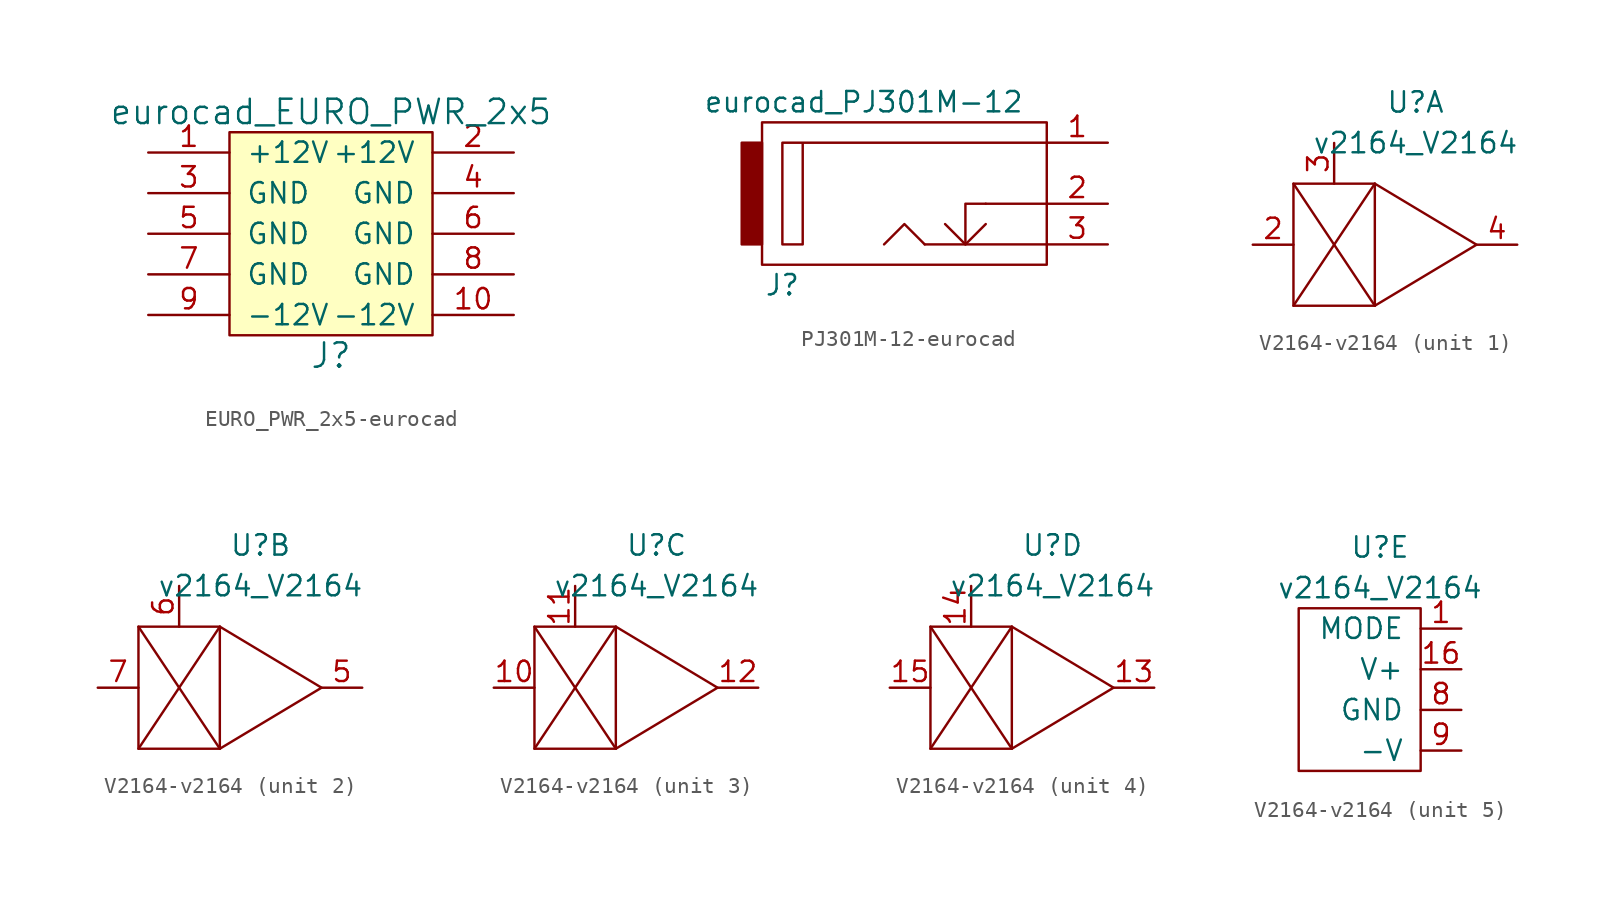
<source format=kicad_sym>
(kicad_symbol_lib
  (version 20220914)
  (generator kicad_symbol_editor)
  (symbol "EURO_PWR_2x5-eurocad"
    (pin_names
      (offset 1.016))
    (property "Reference" "J"
      (at 0 -7.62 0)
      (effects (font (size 1.524 1.524))))
    (property "Value" "eurocad_EURO_PWR_2x5"
      (at 0 7.62 0)
      (effects (font (size 1.524 1.524))))
    (property "Footprint" ""
      (at 0 0 0)
      (effects (font (size 1.524 1.524))))
    (property "Datasheet" ""
      (at 0 0 0)
      (effects (font (size 1.524 1.524))))
    (symbol "EURO_PWR_2x5-eurocad_0_1"
      (rectangle (start -6.35 6.35) (end 6.35 -6.35) (stroke (width 0) (type solid)) (fill (type background))))
    (symbol "EURO_PWR_2x5-eurocad_1_1"
      (pin power_in line (at -11.43 5.08 0) (length 5.08) (name "+12V" (effects (font (size 1.27 1.27)))) (number "1" (effects (font (size 1.27 1.27)))))
      (pin power_in line (at 11.43 -5.08 180) (length 5.08) (name "-12V" (effects (font (size 1.27 1.27)))) (number "10" (effects (font (size 1.27 1.27)))))
      (pin power_in line (at 11.43 5.08 180) (length 5.08) (name "+12V" (effects (font (size 1.27 1.27)))) (number "2" (effects (font (size 1.27 1.27)))))
      (pin power_in line (at -11.43 2.54 0) (length 5.08) (name "GND" (effects (font (size 1.27 1.27)))) (number "3" (effects (font (size 1.27 1.27)))))
      (pin power_in line (at 11.43 2.54 180) (length 5.08) (name "GND" (effects (font (size 1.27 1.27)))) (number "4" (effects (font (size 1.27 1.27)))))
      (pin power_in line (at -11.43 0 0) (length 5.08) (name "GND" (effects (font (size 1.27 1.27)))) (number "5" (effects (font (size 1.27 1.27)))))
      (pin power_in line (at 11.43 0 180) (length 5.08) (name "GND" (effects (font (size 1.27 1.27)))) (number "6" (effects (font (size 1.27 1.27)))))
      (pin power_in line (at -11.43 -2.54 0) (length 5.08) (name "GND" (effects (font (size 1.27 1.27)))) (number "7" (effects (font (size 1.27 1.27)))))
      (pin power_in line (at 11.43 -2.54 180) (length 5.08) (name "GND" (effects (font (size 1.27 1.27)))) (number "8" (effects (font (size 1.27 1.27)))))
      (pin power_in line (at -11.43 -5.08 0) (length 5.08) (name "-12V" (effects (font (size 1.27 1.27)))) (number "9" (effects (font (size 1.27 1.27)))))))
  (symbol "PJ301M-12-eurocad"
    (pin_names
      (offset 1.016))
    (property "Reference" "J"
      (at -8.89 -5.08 0)
      (effects (font (size 1.27 1.27))))
    (property "Value" "eurocad_PJ301M-12"
      (at -3.81 6.35 0)
      (effects (font (size 1.27 1.27))))
    (property "Footprint" ""
      (at 0 0 0)
      (effects (font (size 1.27 1.27))))
    (property "Datasheet" ""
      (at 0 0 0)
      (effects (font (size 1.27 1.27))))
    (symbol "PJ301M-12-eurocad_0_1"
      (rectangle (start -11.43 3.81) (end -10.16 -2.54) (stroke (width 0) (type solid)) (fill (type outline)))
      (polyline (pts (xy 3.81 0) (xy 7.62 0) (xy 7.62 0)) (stroke (width 0) (type solid)) (fill (type none)))
      (polyline (pts (xy 0 -2.54) (xy -1.27 -1.27) (xy -2.54 -2.54) (xy -2.54 -2.54)) (stroke (width 0) (type solid)) (fill (type none)))
      (polyline (pts (xy 0 -2.54) (xy 7.62 -2.54) (xy 7.62 -2.54) (xy 7.62 -2.54)) (stroke (width 0) (type solid)) (fill (type none)))
      (polyline (pts (xy 1.27 -1.27) (xy 2.54 -2.54) (xy 3.81 -1.27) (xy 3.81 -1.27)) (stroke (width 0) (type solid)) (fill (type none)))
      (polyline (pts (xy 3.81 0) (xy 2.54 0) (xy 2.54 -2.54) (xy 2.54 -2.54)) (stroke (width 0) (type solid)) (fill (type none)))
      (polyline (pts (xy 7.62 3.81) (xy -8.89 3.81) (xy -8.89 -2.54) (xy -7.62 -2.54) (xy -7.62 3.81)) (stroke (width 0) (type solid)) (fill (type none)))
      (rectangle (start 7.62 -3.81) (end -10.16 5.08) (stroke (width 0) (type solid)) (fill (type none))))
    (symbol "PJ301M-12-eurocad_1_1"
      (pin passive line (at 11.43 3.81 180) (length 3.81) (name "~" (effects (font (size 1.27 1.27)))) (number "1" (effects (font (size 1.27 1.27)))))
      (pin passive line (at 11.43 0 180) (length 3.81) (name "~" (effects (font (size 1.27 1.27)))) (number "2" (effects (font (size 1.27 1.27)))))
      (pin passive line (at 11.43 -2.54 180) (length 3.81) (name "~" (effects (font (size 1.27 1.27)))) (number "3" (effects (font (size 1.27 1.27)))))))
  (symbol "V2164-v2164"
    (pin_names
      (offset 1.016))
    (property "Reference" "U"
      (at 2.54 8.89 0)
      (effects (font (size 1.27 1.27))))
    (property "Value" "v2164_V2164"
      (at 2.54 6.35 0)
      (effects (font (size 1.27 1.27))))
    (property "ki_locked" ""
      (at 0 0 0)
      (effects (font (size 1.27 1.27))))
    (symbol "V2164-v2164_1_1"
      (rectangle (start -5.08 3.81) (end 0 -3.81) (stroke (width 0) (type solid)) (fill (type none)))
      (polyline (pts (xy -5.08 -3.81) (xy 0 3.81)) (stroke (width 0) (type solid)) (fill (type none)))
      (polyline (pts (xy -5.08 3.81) (xy 0 -3.81)) (stroke (width 0) (type solid)) (fill (type none)))
      (polyline (pts (xy 0 -3.81) (xy 6.35 0) (xy 0 3.81)) (stroke (width 0) (type solid)) (fill (type none)))
      (pin input line (at -7.62 0 0) (length 2.54) (name "~" (effects (font (size 1.27 1.27)))) (number "2" (effects (font (size 1.27 1.27)))))
      (pin input line (at -2.54 6.35 270) (length 2.54) (name "~" (effects (font (size 1.27 1.27)))) (number "3" (effects (font (size 1.27 1.27)))))
      (pin output line (at 8.89 0 180) (length 2.54) (name "~" (effects (font (size 1.27 1.27)))) (number "4" (effects (font (size 1.27 1.27))))))
    (symbol "V2164-v2164_2_1"
      (rectangle (start -5.08 3.81) (end 0 -3.81) (stroke (width 0) (type solid)) (fill (type none)))
      (polyline (pts (xy -5.08 -3.81) (xy 0 3.81)) (stroke (width 0) (type solid)) (fill (type none)))
      (polyline (pts (xy -5.08 3.81) (xy 0 -3.81)) (stroke (width 0) (type solid)) (fill (type none)))
      (polyline (pts (xy 0 -3.81) (xy 6.35 0) (xy 0 3.81)) (stroke (width 0) (type solid)) (fill (type none)))
      (pin output line (at 8.89 0 180) (length 2.54) (name "~" (effects (font (size 1.27 1.27)))) (number "5" (effects (font (size 1.27 1.27)))))
      (pin input line (at -2.54 6.35 270) (length 2.54) (name "~" (effects (font (size 1.27 1.27)))) (number "6" (effects (font (size 1.27 1.27)))))
      (pin input line (at -7.62 0 0) (length 2.54) (name "~" (effects (font (size 1.27 1.27)))) (number "7" (effects (font (size 1.27 1.27))))))
    (symbol "V2164-v2164_3_1"
      (rectangle (start -5.08 3.81) (end 0 -3.81) (stroke (width 0) (type solid)) (fill (type none)))
      (polyline (pts (xy -5.08 -3.81) (xy 0 3.81)) (stroke (width 0) (type solid)) (fill (type none)))
      (polyline (pts (xy -5.08 3.81) (xy 0 -3.81)) (stroke (width 0) (type solid)) (fill (type none)))
      (polyline (pts (xy 0 -3.81) (xy 6.35 0) (xy 0 3.81)) (stroke (width 0) (type solid)) (fill (type none)))
      (pin input line (at -7.62 0 0) (length 2.54) (name "~" (effects (font (size 1.27 1.27)))) (number "10" (effects (font (size 1.27 1.27)))))
      (pin input line (at -2.54 6.35 270) (length 2.54) (name "~" (effects (font (size 1.27 1.27)))) (number "11" (effects (font (size 1.27 1.27)))))
      (pin output line (at 8.89 0 180) (length 2.54) (name "~" (effects (font (size 1.27 1.27)))) (number "12" (effects (font (size 1.27 1.27))))))
    (symbol "V2164-v2164_4_1"
      (rectangle (start -5.08 3.81) (end 0 -3.81) (stroke (width 0) (type solid)) (fill (type none)))
      (polyline (pts (xy -5.08 -3.81) (xy 0 3.81)) (stroke (width 0) (type solid)) (fill (type none)))
      (polyline (pts (xy -5.08 3.81) (xy 0 -3.81)) (stroke (width 0) (type solid)) (fill (type none)))
      (polyline (pts (xy 0 -3.81) (xy 6.35 0) (xy 0 3.81)) (stroke (width 0) (type solid)) (fill (type none)))
      (pin output line (at 8.89 0 180) (length 2.54) (name "~" (effects (font (size 1.27 1.27)))) (number "13" (effects (font (size 1.27 1.27)))))
      (pin input line (at -2.54 6.35 270) (length 2.54) (name "~" (effects (font (size 1.27 1.27)))) (number "14" (effects (font (size 1.27 1.27)))))
      (pin input line (at -7.62 0 0) (length 2.54) (name "~" (effects (font (size 1.27 1.27)))) (number "15" (effects (font (size 1.27 1.27))))))
    (symbol "V2164-v2164_5_1"
      (rectangle (start 5.08 5.08) (end -2.54 -5.08) (stroke (width 0) (type solid)) (fill (type none)))
      (pin input line (at 7.62 3.81 180) (length 2.54) (name "MODE" (effects (font (size 1.27 1.27)))) (number "1" (effects (font (size 1.27 1.27)))))
      (pin power_in line (at 7.62 1.27 180) (length 2.54) (name "V+" (effects (font (size 1.27 1.27)))) (number "16" (effects (font (size 1.27 1.27)))))
      (pin power_in line (at 7.62 -1.27 180) (length 2.54) (name "GND" (effects (font (size 1.27 1.27)))) (number "8" (effects (font (size 1.27 1.27)))))
      (pin power_in line (at 7.62 -3.81 180) (length 2.54) (name "-V" (effects (font (size 1.27 1.27)))) (number "9" (effects (font (size 1.27 1.27))))))))
</source>
